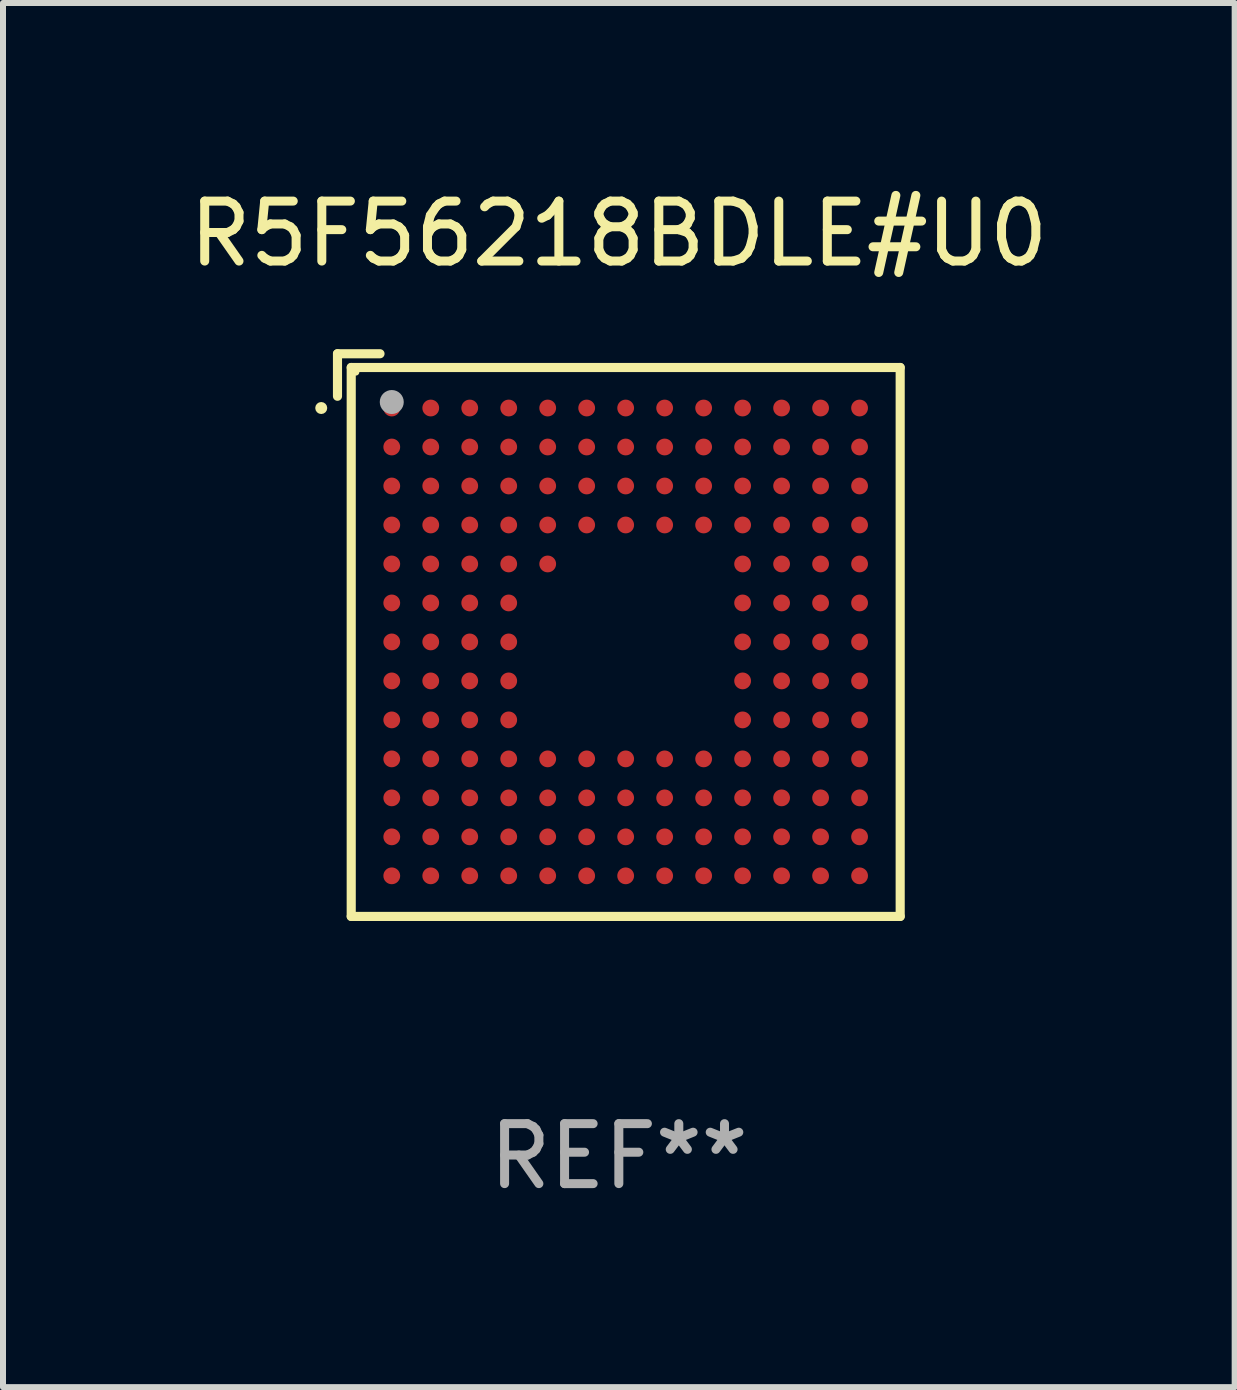
<source format=kicad_pcb>
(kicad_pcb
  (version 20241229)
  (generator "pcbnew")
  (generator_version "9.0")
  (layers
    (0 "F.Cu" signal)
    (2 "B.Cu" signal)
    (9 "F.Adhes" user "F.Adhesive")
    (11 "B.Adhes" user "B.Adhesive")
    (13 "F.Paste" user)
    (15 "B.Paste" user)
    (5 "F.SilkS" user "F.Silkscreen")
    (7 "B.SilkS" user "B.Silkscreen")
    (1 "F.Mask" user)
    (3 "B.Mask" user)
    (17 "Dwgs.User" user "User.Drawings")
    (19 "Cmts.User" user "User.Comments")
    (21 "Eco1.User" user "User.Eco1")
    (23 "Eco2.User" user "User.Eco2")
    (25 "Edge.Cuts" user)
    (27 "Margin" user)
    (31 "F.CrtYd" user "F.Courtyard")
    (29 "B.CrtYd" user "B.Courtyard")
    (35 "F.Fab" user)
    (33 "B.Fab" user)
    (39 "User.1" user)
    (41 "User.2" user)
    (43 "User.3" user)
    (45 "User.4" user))
  (footprint "R5F56218BDLE#U0"
    (layer "F.Cu")
    (at 7.268 7.539)
    (property "Reference" "R5F56218BDLE#U0" (at 0 -6.691 0) (layer "F.SilkS") (effects (font (size 1 1) (thickness 0.15))))
    (attr through_hole)
    (fp_line (start -4.691 -4.691) (end -3.982 -4.691) (stroke (width 0.152) (type solid)) (layer "F.SilkS"))
    (fp_line (start -4.691 -3.982) (end -4.691 -4.691) (stroke (width 0.152) (type solid)) (layer "F.SilkS"))
    (fp_line (start -4.462 -4.462) (end 4.691 -4.462) (stroke (width 0.152) (type solid)) (layer "F.SilkS"))
    (fp_line (start -4.462 4.691) (end -4.462 -4.462) (stroke (width 0.152) (type solid)) (layer "F.SilkS"))
    (fp_line (start 4.691 -4.462) (end 4.691 4.691) (stroke (width 0.152) (type solid)) (layer "F.SilkS"))
    (fp_line (start 4.691 4.691) (end -4.462 4.691) (stroke (width 0.152) (type solid)) (layer "F.SilkS"))
    (fp_circle (center -4.962 -3.786) (end -4.912 -3.786) (stroke (width 0.1) (type solid)) (fill no) (layer "F.SilkS"))
    (fp_circle (center -4.386 -4.386) (end -4.356 -4.386) (stroke (width 0.06) (type solid)) (fill no) (layer "F.SilkS"))
    (fp_circle (center -3.786 -3.886) (end -3.686 -3.886) (stroke (width 0.2) (type solid)) (fill no) (layer "F.Fab"))
    (fp_text user "REF**" (at 0 8.691 0) (layer "F.Fab") (effects (font (size 1 1) (thickness 0.15))))
    (pad "A1" smd circle (at -3.786 -3.786) (size 0.28 0.28) (layers "F.Cu" "F.Mask" "F.Paste"))
    (pad "A2" smd circle (at -3.136 -3.786) (size 0.28 0.28) (layers "F.Cu" "F.Mask" "F.Paste"))
    (pad "A3" smd circle (at -2.486 -3.786) (size 0.28 0.28) (layers "F.Cu" "F.Mask" "F.Paste"))
    (pad "A4" smd circle (at -1.836 -3.786) (size 0.28 0.28) (layers "F.Cu" "F.Mask" "F.Paste"))
    (pad "A5" smd circle (at -1.186 -3.786) (size 0.28 0.28) (layers "F.Cu" "F.Mask" "F.Paste"))
    (pad "A6" smd circle (at -0.536 -3.786) (size 0.28 0.28) (layers "F.Cu" "F.Mask" "F.Paste"))
    (pad "A7" smd circle (at 0.114 -3.786) (size 0.28 0.28) (layers "F.Cu" "F.Mask" "F.Paste"))
    (pad "A8" smd circle (at 0.764 -3.786) (size 0.28 0.28) (layers "F.Cu" "F.Mask" "F.Paste"))
    (pad "A9" smd circle (at 1.414 -3.786) (size 0.28 0.28) (layers "F.Cu" "F.Mask" "F.Paste"))
    (pad "A10" smd circle (at 2.064 -3.786) (size 0.28 0.28) (layers "F.Cu" "F.Mask" "F.Paste"))
    (pad "A11" smd circle (at 2.714 -3.786) (size 0.28 0.28) (layers "F.Cu" "F.Mask" "F.Paste"))
    (pad "A12" smd circle (at 3.364 -3.786) (size 0.28 0.28) (layers "F.Cu" "F.Mask" "F.Paste"))
    (pad "A13" smd circle (at 4.014 -3.786) (size 0.28 0.28) (layers "F.Cu" "F.Mask" "F.Paste"))
    (pad "B1" smd circle (at -3.786 -3.136) (size 0.28 0.28) (layers "F.Cu" "F.Mask" "F.Paste"))
    (pad "B2" smd circle (at -3.136 -3.136) (size 0.28 0.28) (layers "F.Cu" "F.Mask" "F.Paste"))
    (pad "B3" smd circle (at -2.486 -3.136) (size 0.28 0.28) (layers "F.Cu" "F.Mask" "F.Paste"))
    (pad "B4" smd circle (at -1.836 -3.136) (size 0.28 0.28) (layers "F.Cu" "F.Mask" "F.Paste"))
    (pad "B5" smd circle (at -1.186 -3.136) (size 0.28 0.28) (layers "F.Cu" "F.Mask" "F.Paste"))
    (pad "B6" smd circle (at -0.536 -3.136) (size 0.28 0.28) (layers "F.Cu" "F.Mask" "F.Paste"))
    (pad "B7" smd circle (at 0.114 -3.136) (size 0.28 0.28) (layers "F.Cu" "F.Mask" "F.Paste"))
    (pad "B8" smd circle (at 0.764 -3.136) (size 0.28 0.28) (layers "F.Cu" "F.Mask" "F.Paste"))
    (pad "B9" smd circle (at 1.414 -3.136) (size 0.28 0.28) (layers "F.Cu" "F.Mask" "F.Paste"))
    (pad "B10" smd circle (at 2.064 -3.136) (size 0.28 0.28) (layers "F.Cu" "F.Mask" "F.Paste"))
    (pad "B11" smd circle (at 2.714 -3.136) (size 0.28 0.28) (layers "F.Cu" "F.Mask" "F.Paste"))
    (pad "B12" smd circle (at 3.364 -3.136) (size 0.28 0.28) (layers "F.Cu" "F.Mask" "F.Paste"))
    (pad "B13" smd circle (at 4.014 -3.136) (size 0.28 0.28) (layers "F.Cu" "F.Mask" "F.Paste"))
    (pad "C1" smd circle (at -3.786 -2.486) (size 0.28 0.28) (layers "F.Cu" "F.Mask" "F.Paste"))
    (pad "C2" smd circle (at -3.136 -2.486) (size 0.28 0.28) (layers "F.Cu" "F.Mask" "F.Paste"))
    (pad "C3" smd circle (at -2.486 -2.486) (size 0.28 0.28) (layers "F.Cu" "F.Mask" "F.Paste"))
    (pad "C4" smd circle (at -1.836 -2.486) (size 0.28 0.28) (layers "F.Cu" "F.Mask" "F.Paste"))
    (pad "C5" smd circle (at -1.186 -2.486) (size 0.28 0.28) (layers "F.Cu" "F.Mask" "F.Paste"))
    (pad "C6" smd circle (at -0.536 -2.486) (size 0.28 0.28) (layers "F.Cu" "F.Mask" "F.Paste"))
    (pad "C7" smd circle (at 0.114 -2.486) (size 0.28 0.28) (layers "F.Cu" "F.Mask" "F.Paste"))
    (pad "C8" smd circle (at 0.764 -2.486) (size 0.28 0.28) (layers "F.Cu" "F.Mask" "F.Paste"))
    (pad "C9" smd circle (at 1.414 -2.486) (size 0.28 0.28) (layers "F.Cu" "F.Mask" "F.Paste"))
    (pad "C10" smd circle (at 2.064 -2.486) (size 0.28 0.28) (layers "F.Cu" "F.Mask" "F.Paste"))
    (pad "C11" smd circle (at 2.714 -2.486) (size 0.28 0.28) (layers "F.Cu" "F.Mask" "F.Paste"))
    (pad "C12" smd circle (at 3.364 -2.486) (size 0.28 0.28) (layers "F.Cu" "F.Mask" "F.Paste"))
    (pad "C13" smd circle (at 4.014 -2.486) (size 0.28 0.28) (layers "F.Cu" "F.Mask" "F.Paste"))
    (pad "D1" smd circle (at -3.786 -1.836) (size 0.28 0.28) (layers "F.Cu" "F.Mask" "F.Paste"))
    (pad "D2" smd circle (at -3.136 -1.836) (size 0.28 0.28) (layers "F.Cu" "F.Mask" "F.Paste"))
    (pad "D3" smd circle (at -2.486 -1.836) (size 0.28 0.28) (layers "F.Cu" "F.Mask" "F.Paste"))
    (pad "D4" smd circle (at -1.836 -1.836) (size 0.28 0.28) (layers "F.Cu" "F.Mask" "F.Paste"))
    (pad "D5" smd circle (at -1.186 -1.836) (size 0.28 0.28) (layers "F.Cu" "F.Mask" "F.Paste"))
    (pad "D6" smd circle (at -0.536 -1.836) (size 0.28 0.28) (layers "F.Cu" "F.Mask" "F.Paste"))
    (pad "D7" smd circle (at 0.114 -1.836) (size 0.28 0.28) (layers "F.Cu" "F.Mask" "F.Paste"))
    (pad "D8" smd circle (at 0.764 -1.836) (size 0.28 0.28) (layers "F.Cu" "F.Mask" "F.Paste"))
    (pad "D9" smd circle (at 1.414 -1.836) (size 0.28 0.28) (layers "F.Cu" "F.Mask" "F.Paste"))
    (pad "D10" smd circle (at 2.064 -1.836) (size 0.28 0.28) (layers "F.Cu" "F.Mask" "F.Paste"))
    (pad "D11" smd circle (at 2.714 -1.836) (size 0.28 0.28) (layers "F.Cu" "F.Mask" "F.Paste"))
    (pad "D12" smd circle (at 3.364 -1.836) (size 0.28 0.28) (layers "F.Cu" "F.Mask" "F.Paste"))
    (pad "D13" smd circle (at 4.014 -1.836) (size 0.28 0.28) (layers "F.Cu" "F.Mask" "F.Paste"))
    (pad "E1" smd circle (at -3.786 -1.186) (size 0.28 0.28) (layers "F.Cu" "F.Mask" "F.Paste"))
    (pad "E2" smd circle (at -3.136 -1.186) (size 0.28 0.28) (layers "F.Cu" "F.Mask" "F.Paste"))
    (pad "E3" smd circle (at -2.486 -1.186) (size 0.28 0.28) (layers "F.Cu" "F.Mask" "F.Paste"))
    (pad "E4" smd circle (at -1.836 -1.186) (size 0.28 0.28) (layers "F.Cu" "F.Mask" "F.Paste"))
    (pad "E5" smd circle (at -1.186 -1.186) (size 0.28 0.28) (layers "F.Cu" "F.Mask" "F.Paste"))
    (pad "E10" smd circle (at 2.064 -1.186) (size 0.28 0.28) (layers "F.Cu" "F.Mask" "F.Paste"))
    (pad "E11" smd circle (at 2.714 -1.186) (size 0.28 0.28) (layers "F.Cu" "F.Mask" "F.Paste"))
    (pad "E12" smd circle (at 3.364 -1.186) (size 0.28 0.28) (layers "F.Cu" "F.Mask" "F.Paste"))
    (pad "E13" smd circle (at 4.014 -1.186) (size 0.28 0.28) (layers "F.Cu" "F.Mask" "F.Paste"))
    (pad "F1" smd circle (at -3.786 -0.536) (size 0.28 0.28) (layers "F.Cu" "F.Mask" "F.Paste"))
    (pad "F2" smd circle (at -3.136 -0.536) (size 0.28 0.28) (layers "F.Cu" "F.Mask" "F.Paste"))
    (pad "F3" smd circle (at -2.486 -0.536) (size 0.28 0.28) (layers "F.Cu" "F.Mask" "F.Paste"))
    (pad "F4" smd circle (at -1.836 -0.536) (size 0.28 0.28) (layers "F.Cu" "F.Mask" "F.Paste"))
    (pad "F10" smd circle (at 2.064 -0.536) (size 0.28 0.28) (layers "F.Cu" "F.Mask" "F.Paste"))
    (pad "F11" smd circle (at 2.714 -0.536) (size 0.28 0.28) (layers "F.Cu" "F.Mask" "F.Paste"))
    (pad "F12" smd circle (at 3.364 -0.536) (size 0.28 0.28) (layers "F.Cu" "F.Mask" "F.Paste"))
    (pad "F13" smd circle (at 4.014 -0.536) (size 0.28 0.28) (layers "F.Cu" "F.Mask" "F.Paste"))
    (pad "G1" smd circle (at -3.786 0.114) (size 0.28 0.28) (layers "F.Cu" "F.Mask" "F.Paste"))
    (pad "G2" smd circle (at -3.136 0.114) (size 0.28 0.28) (layers "F.Cu" "F.Mask" "F.Paste"))
    (pad "G3" smd circle (at -2.486 0.114) (size 0.28 0.28) (layers "F.Cu" "F.Mask" "F.Paste"))
    (pad "G4" smd circle (at -1.836 0.114) (size 0.28 0.28) (layers "F.Cu" "F.Mask" "F.Paste"))
    (pad "G10" smd circle (at 2.064 0.114) (size 0.28 0.28) (layers "F.Cu" "F.Mask" "F.Paste"))
    (pad "G11" smd circle (at 2.714 0.114) (size 0.28 0.28) (layers "F.Cu" "F.Mask" "F.Paste"))
    (pad "G12" smd circle (at 3.364 0.114) (size 0.28 0.28) (layers "F.Cu" "F.Mask" "F.Paste"))
    (pad "G13" smd circle (at 4.014 0.114) (size 0.28 0.28) (layers "F.Cu" "F.Mask" "F.Paste"))
    (pad "H1" smd circle (at -3.786 0.764) (size 0.28 0.28) (layers "F.Cu" "F.Mask" "F.Paste"))
    (pad "H2" smd circle (at -3.136 0.764) (size 0.28 0.28) (layers "F.Cu" "F.Mask" "F.Paste"))
    (pad "H3" smd circle (at -2.486 0.764) (size 0.28 0.28) (layers "F.Cu" "F.Mask" "F.Paste"))
    (pad "H4" smd circle (at -1.836 0.764) (size 0.28 0.28) (layers "F.Cu" "F.Mask" "F.Paste"))
    (pad "H10" smd circle (at 2.064 0.764) (size 0.28 0.28) (layers "F.Cu" "F.Mask" "F.Paste"))
    (pad "H11" smd circle (at 2.714 0.764) (size 0.28 0.28) (layers "F.Cu" "F.Mask" "F.Paste"))
    (pad "H12" smd circle (at 3.364 0.764) (size 0.28 0.28) (layers "F.Cu" "F.Mask" "F.Paste"))
    (pad "H13" smd circle (at 4.014 0.764) (size 0.28 0.28) (layers "F.Cu" "F.Mask" "F.Paste"))
    (pad "J1" smd circle (at -3.786 1.414) (size 0.28 0.28) (layers "F.Cu" "F.Mask" "F.Paste"))
    (pad "J2" smd circle (at -3.136 1.414) (size 0.28 0.28) (layers "F.Cu" "F.Mask" "F.Paste"))
    (pad "J3" smd circle (at -2.486 1.414) (size 0.28 0.28) (layers "F.Cu" "F.Mask" "F.Paste"))
    (pad "J4" smd circle (at -1.836 1.414) (size 0.28 0.28) (layers "F.Cu" "F.Mask" "F.Paste"))
    (pad "J10" smd circle (at 2.064 1.414) (size 0.28 0.28) (layers "F.Cu" "F.Mask" "F.Paste"))
    (pad "J11" smd circle (at 2.714 1.414) (size 0.28 0.28) (layers "F.Cu" "F.Mask" "F.Paste"))
    (pad "J12" smd circle (at 3.364 1.414) (size 0.28 0.28) (layers "F.Cu" "F.Mask" "F.Paste"))
    (pad "J13" smd circle (at 4.014 1.414) (size 0.28 0.28) (layers "F.Cu" "F.Mask" "F.Paste"))
    (pad "K1" smd circle (at -3.786 2.064) (size 0.28 0.28) (layers "F.Cu" "F.Mask" "F.Paste"))
    (pad "K2" smd circle (at -3.136 2.064) (size 0.28 0.28) (layers "F.Cu" "F.Mask" "F.Paste"))
    (pad "K3" smd circle (at -2.486 2.064) (size 0.28 0.28) (layers "F.Cu" "F.Mask" "F.Paste"))
    (pad "K4" smd circle (at -1.836 2.064) (size 0.28 0.28) (layers "F.Cu" "F.Mask" "F.Paste"))
    (pad "K5" smd circle (at -1.186 2.064) (size 0.28 0.28) (layers "F.Cu" "F.Mask" "F.Paste"))
    (pad "K6" smd circle (at -0.536 2.064) (size 0.28 0.28) (layers "F.Cu" "F.Mask" "F.Paste"))
    (pad "K7" smd circle (at 0.114 2.064) (size 0.28 0.28) (layers "F.Cu" "F.Mask" "F.Paste"))
    (pad "K8" smd circle (at 0.764 2.064) (size 0.28 0.28) (layers "F.Cu" "F.Mask" "F.Paste"))
    (pad "K9" smd circle (at 1.414 2.064) (size 0.28 0.28) (layers "F.Cu" "F.Mask" "F.Paste"))
    (pad "K10" smd circle (at 2.064 2.064) (size 0.28 0.28) (layers "F.Cu" "F.Mask" "F.Paste"))
    (pad "K11" smd circle (at 2.714 2.064) (size 0.28 0.28) (layers "F.Cu" "F.Mask" "F.Paste"))
    (pad "K12" smd circle (at 3.364 2.064) (size 0.28 0.28) (layers "F.Cu" "F.Mask" "F.Paste"))
    (pad "K13" smd circle (at 4.014 2.064) (size 0.28 0.28) (layers "F.Cu" "F.Mask" "F.Paste"))
    (pad "L1" smd circle (at -3.786 2.714) (size 0.28 0.28) (layers "F.Cu" "F.Mask" "F.Paste"))
    (pad "L2" smd circle (at -3.136 2.714) (size 0.28 0.28) (layers "F.Cu" "F.Mask" "F.Paste"))
    (pad "L3" smd circle (at -2.486 2.714) (size 0.28 0.28) (layers "F.Cu" "F.Mask" "F.Paste"))
    (pad "L4" smd circle (at -1.836 2.714) (size 0.28 0.28) (layers "F.Cu" "F.Mask" "F.Paste"))
    (pad "L5" smd circle (at -1.186 2.714) (size 0.28 0.28) (layers "F.Cu" "F.Mask" "F.Paste"))
    (pad "L6" smd circle (at -0.536 2.714) (size 0.28 0.28) (layers "F.Cu" "F.Mask" "F.Paste"))
    (pad "L7" smd circle (at 0.114 2.714) (size 0.28 0.28) (layers "F.Cu" "F.Mask" "F.Paste"))
    (pad "L8" smd circle (at 0.764 2.714) (size 0.28 0.28) (layers "F.Cu" "F.Mask" "F.Paste"))
    (pad "L9" smd circle (at 1.414 2.714) (size 0.28 0.28) (layers "F.Cu" "F.Mask" "F.Paste"))
    (pad "L10" smd circle (at 2.064 2.714) (size 0.28 0.28) (layers "F.Cu" "F.Mask" "F.Paste"))
    (pad "L11" smd circle (at 2.714 2.714) (size 0.28 0.28) (layers "F.Cu" "F.Mask" "F.Paste"))
    (pad "L12" smd circle (at 3.364 2.714) (size 0.28 0.28) (layers "F.Cu" "F.Mask" "F.Paste"))
    (pad "L13" smd circle (at 4.014 2.714) (size 0.28 0.28) (layers "F.Cu" "F.Mask" "F.Paste"))
    (pad "M1" smd circle (at -3.786 3.364) (size 0.28 0.28) (layers "F.Cu" "F.Mask" "F.Paste"))
    (pad "M2" smd circle (at -3.136 3.364) (size 0.28 0.28) (layers "F.Cu" "F.Mask" "F.Paste"))
    (pad "M3" smd circle (at -2.486 3.364) (size 0.28 0.28) (layers "F.Cu" "F.Mask" "F.Paste"))
    (pad "M4" smd circle (at -1.836 3.364) (size 0.28 0.28) (layers "F.Cu" "F.Mask" "F.Paste"))
    (pad "M5" smd circle (at -1.186 3.364) (size 0.28 0.28) (layers "F.Cu" "F.Mask" "F.Paste"))
    (pad "M6" smd circle (at -0.536 3.364) (size 0.28 0.28) (layers "F.Cu" "F.Mask" "F.Paste"))
    (pad "M7" smd circle (at 0.114 3.364) (size 0.28 0.28) (layers "F.Cu" "F.Mask" "F.Paste"))
    (pad "M8" smd circle (at 0.764 3.364) (size 0.28 0.28) (layers "F.Cu" "F.Mask" "F.Paste"))
    (pad "M9" smd circle (at 1.414 3.364) (size 0.28 0.28) (layers "F.Cu" "F.Mask" "F.Paste"))
    (pad "M10" smd circle (at 2.064 3.364) (size 0.28 0.28) (layers "F.Cu" "F.Mask" "F.Paste"))
    (pad "M11" smd circle (at 2.714 3.364) (size 0.28 0.28) (layers "F.Cu" "F.Mask" "F.Paste"))
    (pad "M12" smd circle (at 3.364 3.364) (size 0.28 0.28) (layers "F.Cu" "F.Mask" "F.Paste"))
    (pad "M13" smd circle (at 4.014 3.364) (size 0.28 0.28) (layers "F.Cu" "F.Mask" "F.Paste"))
    (pad "N1" smd circle (at -3.786 4.014) (size 0.28 0.28) (layers "F.Cu" "F.Mask" "F.Paste"))
    (pad "N2" smd circle (at -3.136 4.014) (size 0.28 0.28) (layers "F.Cu" "F.Mask" "F.Paste"))
    (pad "N3" smd circle (at -2.486 4.014) (size 0.28 0.28) (layers "F.Cu" "F.Mask" "F.Paste"))
    (pad "N4" smd circle (at -1.836 4.014) (size 0.28 0.28) (layers "F.Cu" "F.Mask" "F.Paste"))
    (pad "N5" smd circle (at -1.186 4.014) (size 0.28 0.28) (layers "F.Cu" "F.Mask" "F.Paste"))
    (pad "N6" smd circle (at -0.536 4.014) (size 0.28 0.28) (layers "F.Cu" "F.Mask" "F.Paste"))
    (pad "N7" smd circle (at 0.114 4.014) (size 0.28 0.28) (layers "F.Cu" "F.Mask" "F.Paste"))
    (pad "N8" smd circle (at 0.764 4.014) (size 0.28 0.28) (layers "F.Cu" "F.Mask" "F.Paste"))
    (pad "N9" smd circle (at 1.414 4.014) (size 0.28 0.28) (layers "F.Cu" "F.Mask" "F.Paste"))
    (pad "N10" smd circle (at 2.064 4.014) (size 0.28 0.28) (layers "F.Cu" "F.Mask" "F.Paste"))
    (pad "N11" smd circle (at 2.714 4.014) (size 0.28 0.28) (layers "F.Cu" "F.Mask" "F.Paste"))
    (pad "N12" smd circle (at 3.364 4.014) (size 0.28 0.28) (layers "F.Cu" "F.Mask" "F.Paste"))
    (pad "N13" smd circle (at 4.014 4.014) (size 0.28 0.28) (layers "F.Cu" "F.Mask" "F.Paste")))
  (gr_rect
    (start -3 -3)
    (end 17.536 20.078)
    (stroke (width 0.1) (type default))
    (fill no)
    (layer "Edge.Cuts")))
</source>
